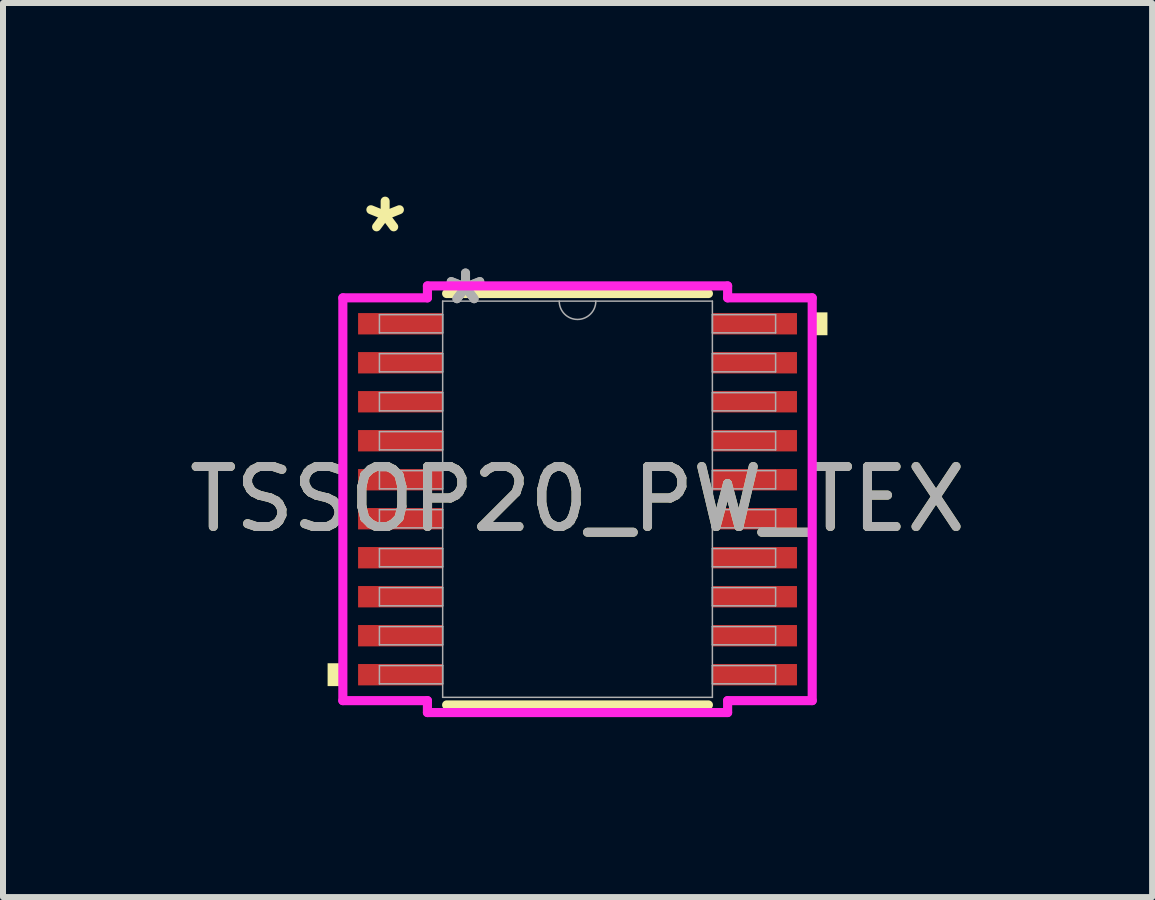
<source format=kicad_pcb>
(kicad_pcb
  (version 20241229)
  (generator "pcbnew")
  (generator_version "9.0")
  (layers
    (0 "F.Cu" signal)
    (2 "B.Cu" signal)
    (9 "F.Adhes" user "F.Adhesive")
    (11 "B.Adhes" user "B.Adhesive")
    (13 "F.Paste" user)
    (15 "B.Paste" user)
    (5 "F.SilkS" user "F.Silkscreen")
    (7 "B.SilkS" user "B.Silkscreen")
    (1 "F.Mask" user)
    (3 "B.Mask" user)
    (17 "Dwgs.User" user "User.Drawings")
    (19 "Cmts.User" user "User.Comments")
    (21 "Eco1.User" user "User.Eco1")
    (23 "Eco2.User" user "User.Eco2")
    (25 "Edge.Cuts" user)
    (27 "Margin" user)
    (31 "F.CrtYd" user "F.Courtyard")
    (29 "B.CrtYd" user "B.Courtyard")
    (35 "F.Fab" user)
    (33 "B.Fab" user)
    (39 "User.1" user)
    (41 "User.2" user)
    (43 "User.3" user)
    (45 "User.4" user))
  (footprint "TSSOP20_PW_TEX"
    (layer "F.Cu")
    (at 6.577 5.272)
    (property "Reference" "TSSOP20_PW_TEX" (at 0 0 0) (unlocked yes) (layer "F.SilkS") (effects (font (size 1 1) (thickness 0.15))))
    (attr smd)
    (fp_line (start -2.182 3.429) (end 2.182 3.429) (stroke (width 0.152) (type solid)) (layer "F.SilkS"))
    (fp_line (start 2.182 -3.429) (end -2.182 -3.429) (stroke (width 0.152) (type solid)) (layer "F.SilkS"))
    (fp_poly (pts (xy -4.166 2.734) (xy -4.166 3.115) (xy -3.912 3.115) (xy -3.912 2.734)) (stroke (width 0) (type solid)) (fill yes) (layer "F.SilkS"))
    (fp_poly (pts (xy 4.166 -3.115) (xy 4.166 -2.734) (xy 3.912 -2.734) (xy 3.912 -3.115)) (stroke (width 0) (type solid)) (fill yes) (layer "F.SilkS"))
    (fp_line (start -3.912 -3.357) (end -2.502 -3.357) (stroke (width 0.152) (type solid)) (layer "F.CrtYd"))
    (fp_line (start -3.912 3.357) (end -3.912 -3.357) (stroke (width 0.152) (type solid)) (layer "F.CrtYd"))
    (fp_line (start -3.912 3.357) (end -2.502 3.357) (stroke (width 0.152) (type solid)) (layer "F.CrtYd"))
    (fp_line (start -2.502 -3.556) (end 2.502 -3.556) (stroke (width 0.152) (type solid)) (layer "F.CrtYd"))
    (fp_line (start -2.502 -3.357) (end -2.502 -3.556) (stroke (width 0.152) (type solid)) (layer "F.CrtYd"))
    (fp_line (start -2.502 3.556) (end -2.502 3.357) (stroke (width 0.152) (type solid)) (layer "F.CrtYd"))
    (fp_line (start 2.502 -3.556) (end 2.502 -3.357) (stroke (width 0.152) (type solid)) (layer "F.CrtYd"))
    (fp_line (start 2.502 3.357) (end 2.502 3.556) (stroke (width 0.152) (type solid)) (layer "F.CrtYd"))
    (fp_line (start 2.502 3.556) (end -2.502 3.556) (stroke (width 0.152) (type solid)) (layer "F.CrtYd"))
    (fp_line (start 3.912 -3.357) (end 2.502 -3.357) (stroke (width 0.152) (type solid)) (layer "F.CrtYd"))
    (fp_line (start 3.912 -3.357) (end 3.912 3.357) (stroke (width 0.152) (type solid)) (layer "F.CrtYd"))
    (fp_line (start 3.912 3.357) (end 2.502 3.357) (stroke (width 0.152) (type solid)) (layer "F.CrtYd"))
    (fp_line (start -3.302 -3.077) (end -3.302 -2.773) (stroke (width 0.025) (type solid)) (layer "F.Fab"))
    (fp_line (start -3.302 -2.773) (end -2.248 -2.773) (stroke (width 0.025) (type solid)) (layer "F.Fab"))
    (fp_line (start -3.302 -2.427) (end -3.302 -2.123) (stroke (width 0.025) (type solid)) (layer "F.Fab"))
    (fp_line (start -3.302 -2.123) (end -2.248 -2.123) (stroke (width 0.025) (type solid)) (layer "F.Fab"))
    (fp_line (start -3.302 -1.777) (end -3.302 -1.473) (stroke (width 0.025) (type solid)) (layer "F.Fab"))
    (fp_line (start -3.302 -1.473) (end -2.248 -1.473) (stroke (width 0.025) (type solid)) (layer "F.Fab"))
    (fp_line (start -3.302 -1.127) (end -3.302 -0.823) (stroke (width 0.025) (type solid)) (layer "F.Fab"))
    (fp_line (start -3.302 -0.823) (end -2.248 -0.823) (stroke (width 0.025) (type solid)) (layer "F.Fab"))
    (fp_line (start -3.302 -0.477) (end -3.302 -0.173) (stroke (width 0.025) (type solid)) (layer "F.Fab"))
    (fp_line (start -3.302 -0.173) (end -2.248 -0.173) (stroke (width 0.025) (type solid)) (layer "F.Fab"))
    (fp_line (start -3.302 0.173) (end -3.302 0.477) (stroke (width 0.025) (type solid)) (layer "F.Fab"))
    (fp_line (start -3.302 0.477) (end -2.248 0.477) (stroke (width 0.025) (type solid)) (layer "F.Fab"))
    (fp_line (start -3.302 0.823) (end -3.302 1.127) (stroke (width 0.025) (type solid)) (layer "F.Fab"))
    (fp_line (start -3.302 1.127) (end -2.248 1.127) (stroke (width 0.025) (type solid)) (layer "F.Fab"))
    (fp_line (start -3.302 1.473) (end -3.302 1.777) (stroke (width 0.025) (type solid)) (layer "F.Fab"))
    (fp_line (start -3.302 1.777) (end -2.248 1.777) (stroke (width 0.025) (type solid)) (layer "F.Fab"))
    (fp_line (start -3.302 2.123) (end -3.302 2.427) (stroke (width 0.025) (type solid)) (layer "F.Fab"))
    (fp_line (start -3.302 2.427) (end -2.248 2.427) (stroke (width 0.025) (type solid)) (layer "F.Fab"))
    (fp_line (start -3.302 2.773) (end -3.302 3.077) (stroke (width 0.025) (type solid)) (layer "F.Fab"))
    (fp_line (start -3.302 3.077) (end -2.248 3.077) (stroke (width 0.025) (type solid)) (layer "F.Fab"))
    (fp_line (start -2.248 -3.302) (end -2.248 3.302) (stroke (width 0.025) (type solid)) (layer "F.Fab"))
    (fp_line (start -2.248 -3.077) (end -3.302 -3.077) (stroke (width 0.025) (type solid)) (layer "F.Fab"))
    (fp_line (start -2.248 -2.773) (end -2.248 -3.077) (stroke (width 0.025) (type solid)) (layer "F.Fab"))
    (fp_line (start -2.248 -2.427) (end -3.302 -2.427) (stroke (width 0.025) (type solid)) (layer "F.Fab"))
    (fp_line (start -2.248 -2.123) (end -2.248 -2.427) (stroke (width 0.025) (type solid)) (layer "F.Fab"))
    (fp_line (start -2.248 -1.777) (end -3.302 -1.777) (stroke (width 0.025) (type solid)) (layer "F.Fab"))
    (fp_line (start -2.248 -1.473) (end -2.248 -1.777) (stroke (width 0.025) (type solid)) (layer "F.Fab"))
    (fp_line (start -2.248 -1.127) (end -3.302 -1.127) (stroke (width 0.025) (type solid)) (layer "F.Fab"))
    (fp_line (start -2.248 -0.823) (end -2.248 -1.127) (stroke (width 0.025) (type solid)) (layer "F.Fab"))
    (fp_line (start -2.248 -0.477) (end -3.302 -0.477) (stroke (width 0.025) (type solid)) (layer "F.Fab"))
    (fp_line (start -2.248 -0.173) (end -2.248 -0.477) (stroke (width 0.025) (type solid)) (layer "F.Fab"))
    (fp_line (start -2.248 0.173) (end -3.302 0.173) (stroke (width 0.025) (type solid)) (layer "F.Fab"))
    (fp_line (start -2.248 0.477) (end -2.248 0.173) (stroke (width 0.025) (type solid)) (layer "F.Fab"))
    (fp_line (start -2.248 0.823) (end -3.302 0.823) (stroke (width 0.025) (type solid)) (layer "F.Fab"))
    (fp_line (start -2.248 1.127) (end -2.248 0.823) (stroke (width 0.025) (type solid)) (layer "F.Fab"))
    (fp_line (start -2.248 1.473) (end -3.302 1.473) (stroke (width 0.025) (type solid)) (layer "F.Fab"))
    (fp_line (start -2.248 1.777) (end -2.248 1.473) (stroke (width 0.025) (type solid)) (layer "F.Fab"))
    (fp_line (start -2.248 2.123) (end -3.302 2.123) (stroke (width 0.025) (type solid)) (layer "F.Fab"))
    (fp_line (start -2.248 2.427) (end -2.248 2.123) (stroke (width 0.025) (type solid)) (layer "F.Fab"))
    (fp_line (start -2.248 2.773) (end -3.302 2.773) (stroke (width 0.025) (type solid)) (layer "F.Fab"))
    (fp_line (start -2.248 3.077) (end -2.248 2.773) (stroke (width 0.025) (type solid)) (layer "F.Fab"))
    (fp_line (start -2.248 3.302) (end 2.248 3.302) (stroke (width 0.025) (type solid)) (layer "F.Fab"))
    (fp_line (start 2.248 -3.302) (end -2.248 -3.302) (stroke (width 0.025) (type solid)) (layer "F.Fab"))
    (fp_line (start 2.248 -3.077) (end 2.248 -2.773) (stroke (width 0.025) (type solid)) (layer "F.Fab"))
    (fp_line (start 2.248 -2.773) (end 3.302 -2.773) (stroke (width 0.025) (type solid)) (layer "F.Fab"))
    (fp_line (start 2.248 -2.427) (end 2.248 -2.123) (stroke (width 0.025) (type solid)) (layer "F.Fab"))
    (fp_line (start 2.248 -2.123) (end 3.302 -2.123) (stroke (width 0.025) (type solid)) (layer "F.Fab"))
    (fp_line (start 2.248 -1.777) (end 2.248 -1.473) (stroke (width 0.025) (type solid)) (layer "F.Fab"))
    (fp_line (start 2.248 -1.473) (end 3.302 -1.473) (stroke (width 0.025) (type solid)) (layer "F.Fab"))
    (fp_line (start 2.248 -1.127) (end 2.248 -0.823) (stroke (width 0.025) (type solid)) (layer "F.Fab"))
    (fp_line (start 2.248 -0.823) (end 3.302 -0.823) (stroke (width 0.025) (type solid)) (layer "F.Fab"))
    (fp_line (start 2.248 -0.477) (end 2.248 -0.173) (stroke (width 0.025) (type solid)) (layer "F.Fab"))
    (fp_line (start 2.248 -0.173) (end 3.302 -0.173) (stroke (width 0.025) (type solid)) (layer "F.Fab"))
    (fp_line (start 2.248 0.173) (end 2.248 0.477) (stroke (width 0.025) (type solid)) (layer "F.Fab"))
    (fp_line (start 2.248 0.477) (end 3.302 0.477) (stroke (width 0.025) (type solid)) (layer "F.Fab"))
    (fp_line (start 2.248 0.823) (end 2.248 1.127) (stroke (width 0.025) (type solid)) (layer "F.Fab"))
    (fp_line (start 2.248 1.127) (end 3.302 1.127) (stroke (width 0.025) (type solid)) (layer "F.Fab"))
    (fp_line (start 2.248 1.473) (end 2.248 1.777) (stroke (width 0.025) (type solid)) (layer "F.Fab"))
    (fp_line (start 2.248 1.777) (end 3.302 1.777) (stroke (width 0.025) (type solid)) (layer "F.Fab"))
    (fp_line (start 2.248 2.123) (end 2.248 2.427) (stroke (width 0.025) (type solid)) (layer "F.Fab"))
    (fp_line (start 2.248 2.427) (end 3.302 2.427) (stroke (width 0.025) (type solid)) (layer "F.Fab"))
    (fp_line (start 2.248 2.773) (end 2.248 3.077) (stroke (width 0.025) (type solid)) (layer "F.Fab"))
    (fp_line (start 2.248 3.077) (end 3.302 3.077) (stroke (width 0.025) (type solid)) (layer "F.Fab"))
    (fp_line (start 2.248 3.302) (end 2.248 -3.302) (stroke (width 0.025) (type solid)) (layer "F.Fab"))
    (fp_line (start 3.302 -3.077) (end 2.248 -3.077) (stroke (width 0.025) (type solid)) (layer "F.Fab"))
    (fp_line (start 3.302 -2.773) (end 3.302 -3.077) (stroke (width 0.025) (type solid)) (layer "F.Fab"))
    (fp_line (start 3.302 -2.427) (end 2.248 -2.427) (stroke (width 0.025) (type solid)) (layer "F.Fab"))
    (fp_line (start 3.302 -2.123) (end 3.302 -2.427) (stroke (width 0.025) (type solid)) (layer "F.Fab"))
    (fp_line (start 3.302 -1.777) (end 2.248 -1.777) (stroke (width 0.025) (type solid)) (layer "F.Fab"))
    (fp_line (start 3.302 -1.473) (end 3.302 -1.777) (stroke (width 0.025) (type solid)) (layer "F.Fab"))
    (fp_line (start 3.302 -1.127) (end 2.248 -1.127) (stroke (width 0.025) (type solid)) (layer "F.Fab"))
    (fp_line (start 3.302 -0.823) (end 3.302 -1.127) (stroke (width 0.025) (type solid)) (layer "F.Fab"))
    (fp_line (start 3.302 -0.477) (end 2.248 -0.477) (stroke (width 0.025) (type solid)) (layer "F.Fab"))
    (fp_line (start 3.302 -0.173) (end 3.302 -0.477) (stroke (width 0.025) (type solid)) (layer "F.Fab"))
    (fp_line (start 3.302 0.173) (end 2.248 0.173) (stroke (width 0.025) (type solid)) (layer "F.Fab"))
    (fp_line (start 3.302 0.477) (end 3.302 0.173) (stroke (width 0.025) (type solid)) (layer "F.Fab"))
    (fp_line (start 3.302 0.823) (end 2.248 0.823) (stroke (width 0.025) (type solid)) (layer "F.Fab"))
    (fp_line (start 3.302 1.127) (end 3.302 0.823) (stroke (width 0.025) (type solid)) (layer "F.Fab"))
    (fp_line (start 3.302 1.473) (end 2.248 1.473) (stroke (width 0.025) (type solid)) (layer "F.Fab"))
    (fp_line (start 3.302 1.777) (end 3.302 1.473) (stroke (width 0.025) (type solid)) (layer "F.Fab"))
    (fp_line (start 3.302 2.123) (end 2.248 2.123) (stroke (width 0.025) (type solid)) (layer "F.Fab"))
    (fp_line (start 3.302 2.427) (end 3.302 2.123) (stroke (width 0.025) (type solid)) (layer "F.Fab"))
    (fp_line (start 3.302 2.773) (end 2.248 2.773) (stroke (width 0.025) (type solid)) (layer "F.Fab"))
    (fp_line (start 3.302 3.077) (end 3.302 2.773) (stroke (width 0.025) (type solid)) (layer "F.Fab"))
    (fp_arc (start 0.3048 -3.302) (mid 0 -2.9972) (end -0.3048 -3.302) (stroke (width 0.0254) (type solid)) (layer "F.Fab"))
    (fp_text user "*" (at -3.207 -4.424 0) (unlocked yes) (layer "F.SilkS") (effects (font (size 1 1) (thickness 0.15))))
    (fp_text user "*" (at -1.867 -3.226 0) (layer "F.Fab") (effects (font (size 1 1) (thickness 0.15))))
    (fp_text user "${REFERENCE}" (at 0 0 0) (unlocked yes) (layer "F.Fab") (effects (font (size 1 1) (thickness 0.15))))
    (fp_text user "*" (at -1.867 -3.226 0) (unlocked yes) (layer "F.Fab") (effects (font (size 1 1) (thickness 0.15))))
    (pad "1" smd rect (at -2.953 -2.925) (size 1.41 0.356) (layers "F.Cu" "F.Mask" "F.Paste"))
    (pad "2" smd rect (at -2.953 -2.275) (size 1.41 0.356) (layers "F.Cu" "F.Mask" "F.Paste"))
    (pad "3" smd rect (at -2.953 -1.625) (size 1.41 0.356) (layers "F.Cu" "F.Mask" "F.Paste"))
    (pad "4" smd rect (at -2.953 -0.975) (size 1.41 0.356) (layers "F.Cu" "F.Mask" "F.Paste"))
    (pad "5" smd rect (at -2.953 -0.325) (size 1.41 0.356) (layers "F.Cu" "F.Mask" "F.Paste"))
    (pad "6" smd rect (at -2.953 0.325) (size 1.41 0.356) (layers "F.Cu" "F.Mask" "F.Paste"))
    (pad "7" smd rect (at -2.953 0.975) (size 1.41 0.356) (layers "F.Cu" "F.Mask" "F.Paste"))
    (pad "8" smd rect (at -2.953 1.625) (size 1.41 0.356) (layers "F.Cu" "F.Mask" "F.Paste"))
    (pad "9" smd rect (at -2.953 2.275) (size 1.41 0.356) (layers "F.Cu" "F.Mask" "F.Paste"))
    (pad "10" smd rect (at -2.953 2.925) (size 1.41 0.356) (layers "F.Cu" "F.Mask" "F.Paste"))
    (pad "11" smd rect (at 2.953 2.925) (size 1.41 0.356) (layers "F.Cu" "F.Mask" "F.Paste"))
    (pad "12" smd rect (at 2.953 2.275) (size 1.41 0.356) (layers "F.Cu" "F.Mask" "F.Paste"))
    (pad "13" smd rect (at 2.953 1.625) (size 1.41 0.356) (layers "F.Cu" "F.Mask" "F.Paste"))
    (pad "14" smd rect (at 2.953 0.975) (size 1.41 0.356) (layers "F.Cu" "F.Mask" "F.Paste"))
    (pad "15" smd rect (at 2.953 0.325) (size 1.41 0.356) (layers "F.Cu" "F.Mask" "F.Paste"))
    (pad "16" smd rect (at 2.953 -0.325) (size 1.41 0.356) (layers "F.Cu" "F.Mask" "F.Paste"))
    (pad "17" smd rect (at 2.953 -0.975) (size 1.41 0.356) (layers "F.Cu" "F.Mask" "F.Paste"))
    (pad "18" smd rect (at 2.953 -1.625) (size 1.41 0.356) (layers "F.Cu" "F.Mask" "F.Paste"))
    (pad "19" smd rect (at 2.953 -2.275) (size 1.41 0.356) (layers "F.Cu" "F.Mask" "F.Paste"))
    (pad "20" smd rect (at 2.953 -2.925) (size 1.41 0.356) (layers "F.Cu" "F.Mask" "F.Paste")))
  (gr_rect
    (start -3 -3)
    (end 16.155 11.904)
    (stroke (width 0.1) (type default))
    (fill no)
    (layer "Edge.Cuts")))
</source>
